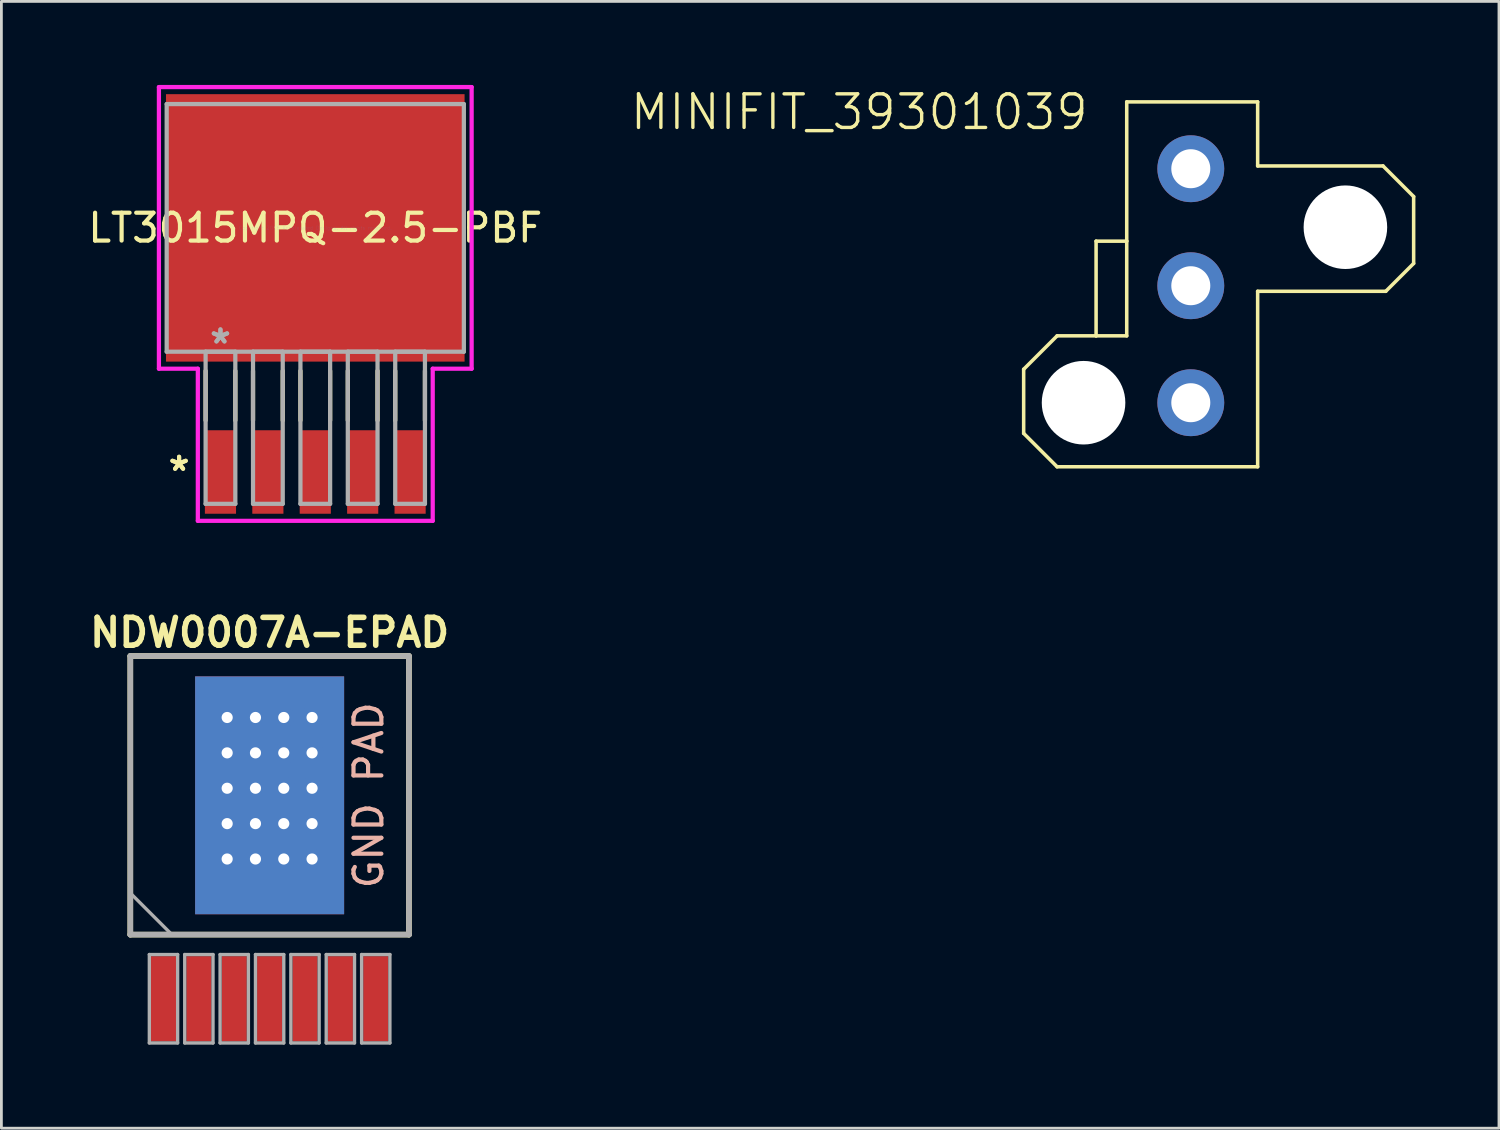
<source format=kicad_pcb>
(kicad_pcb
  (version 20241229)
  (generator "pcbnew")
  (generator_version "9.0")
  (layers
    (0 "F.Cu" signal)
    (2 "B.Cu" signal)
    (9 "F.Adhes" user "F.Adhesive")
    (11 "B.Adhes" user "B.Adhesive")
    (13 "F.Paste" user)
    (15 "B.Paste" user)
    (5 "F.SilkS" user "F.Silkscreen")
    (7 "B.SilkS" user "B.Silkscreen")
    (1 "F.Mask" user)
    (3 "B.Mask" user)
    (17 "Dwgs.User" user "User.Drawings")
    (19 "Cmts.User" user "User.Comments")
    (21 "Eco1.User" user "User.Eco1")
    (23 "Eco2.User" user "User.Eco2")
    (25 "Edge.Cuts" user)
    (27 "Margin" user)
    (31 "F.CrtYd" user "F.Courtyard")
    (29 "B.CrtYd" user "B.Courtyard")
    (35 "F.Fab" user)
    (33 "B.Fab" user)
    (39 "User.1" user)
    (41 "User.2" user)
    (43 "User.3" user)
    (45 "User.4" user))
  (footprint "NDW0007A-EPAD"
    (layer "F.Cu")
    (at 6.629 25.501)
    (property "Reference" "NDW0007A-EPAD" (at 0 -5.842 0) (layer "F.SilkS") (effects (font (size 1 1) (thickness 0.2))))
    (attr through_hole)
    (fp_line (start -5.001 -5.001) (end 5.001 -5.001) (stroke (width 0.201) (type solid)) (layer "F.SilkS"))
    (fp_line (start -5.001 5.001) (end -5.001 -5.001) (stroke (width 0.201) (type solid)) (layer "F.SilkS"))
    (fp_line (start 5.001 -5.001) (end 5.001 5.001) (stroke (width 0.201) (type solid)) (layer "F.SilkS"))
    (fp_line (start 5.001 5.001) (end -5.001 5.001) (stroke (width 0.201) (type solid)) (layer "F.SilkS"))
    (fp_line (start -5.001 -5.001) (end 5.001 -5.001) (stroke (width 0.201) (type solid)) (layer "F.Fab"))
    (fp_line (start -5.001 5.001) (end -5.001 -5.001) (stroke (width 0.201) (type solid)) (layer "F.Fab"))
    (fp_line (start -4.953 3.556) (end -3.556 4.953) (stroke (width 0.12) (type solid)) (layer "F.Fab"))
    (fp_line (start -4.318 5.715) (end -4.318 8.89) (stroke (width 0.12) (type solid)) (layer "F.Fab"))
    (fp_line (start -4.318 8.89) (end -3.302 8.89) (stroke (width 0.12) (type solid)) (layer "F.Fab"))
    (fp_line (start -3.302 5.715) (end -4.318 5.715) (stroke (width 0.12) (type solid)) (layer "F.Fab"))
    (fp_line (start -3.302 8.89) (end -3.302 5.715) (stroke (width 0.12) (type solid)) (layer "F.Fab"))
    (fp_line (start -3.048 5.715) (end -3.048 8.89) (stroke (width 0.12) (type solid)) (layer "F.Fab"))
    (fp_line (start -3.048 8.89) (end -2.032 8.89) (stroke (width 0.12) (type solid)) (layer "F.Fab"))
    (fp_line (start -2.032 5.715) (end -3.048 5.715) (stroke (width 0.12) (type solid)) (layer "F.Fab"))
    (fp_line (start -2.032 8.89) (end -2.032 5.715) (stroke (width 0.12) (type solid)) (layer "F.Fab"))
    (fp_line (start -1.778 5.715) (end -1.778 8.89) (stroke (width 0.12) (type solid)) (layer "F.Fab"))
    (fp_line (start -1.778 8.89) (end -0.762 8.89) (stroke (width 0.12) (type solid)) (layer "F.Fab"))
    (fp_line (start -0.762 5.715) (end -1.778 5.715) (stroke (width 0.12) (type solid)) (layer "F.Fab"))
    (fp_line (start -0.762 8.89) (end -0.762 5.715) (stroke (width 0.12) (type solid)) (layer "F.Fab"))
    (fp_line (start -0.508 5.715) (end -0.508 8.89) (stroke (width 0.12) (type solid)) (layer "F.Fab"))
    (fp_line (start -0.508 8.89) (end 0.508 8.89) (stroke (width 0.12) (type solid)) (layer "F.Fab"))
    (fp_line (start 0.508 5.715) (end -0.508 5.715) (stroke (width 0.12) (type solid)) (layer "F.Fab"))
    (fp_line (start 0.508 8.89) (end 0.508 5.715) (stroke (width 0.12) (type solid)) (layer "F.Fab"))
    (fp_line (start 0.762 5.715) (end 0.762 8.89) (stroke (width 0.12) (type solid)) (layer "F.Fab"))
    (fp_line (start 0.762 8.89) (end 1.778 8.89) (stroke (width 0.12) (type solid)) (layer "F.Fab"))
    (fp_line (start 1.778 5.715) (end 0.762 5.715) (stroke (width 0.12) (type solid)) (layer "F.Fab"))
    (fp_line (start 1.778 8.89) (end 1.778 5.715) (stroke (width 0.12) (type solid)) (layer "F.Fab"))
    (fp_line (start 2.032 5.715) (end 2.032 8.89) (stroke (width 0.12) (type solid)) (layer "F.Fab"))
    (fp_line (start 2.032 8.89) (end 3.048 8.89) (stroke (width 0.12) (type solid)) (layer "F.Fab"))
    (fp_line (start 3.048 5.715) (end 2.032 5.715) (stroke (width 0.12) (type solid)) (layer "F.Fab"))
    (fp_line (start 3.048 8.89) (end 3.048 5.715) (stroke (width 0.12) (type solid)) (layer "F.Fab"))
    (fp_line (start 3.302 5.715) (end 3.302 8.89) (stroke (width 0.12) (type solid)) (layer "F.Fab"))
    (fp_line (start 3.302 8.89) (end 4.318 8.89) (stroke (width 0.12) (type solid)) (layer "F.Fab"))
    (fp_line (start 4.318 5.715) (end 3.302 5.715) (stroke (width 0.12) (type solid)) (layer "F.Fab"))
    (fp_line (start 4.318 8.89) (end 4.318 5.715) (stroke (width 0.12) (type solid)) (layer "F.Fab"))
    (fp_line (start 5.001 -5.001) (end 5.001 5.001) (stroke (width 0.201) (type solid)) (layer "F.Fab"))
    (fp_line (start 5.001 5.001) (end -5.001 5.001) (stroke (width 0.201) (type solid)) (layer "F.Fab"))
    (fp_text user "GND PAD" (at 3.556 0 90) (layer "B.SilkS") (effects (font (size 1 1) (thickness 0.15))))
    (pad "1" smd rect (at -3.81 7.305) (size 0.899 3.061) (layers "F.Cu" "F.Mask" "F.Paste"))
    (pad "2" smd rect (at -2.54 7.305) (size 0.899 3.061) (layers "F.Cu" "F.Mask" "F.Paste"))
    (pad "3" smd rect (at -1.27 7.305) (size 0.899 3.061) (layers "F.Cu" "F.Mask" "F.Paste"))
    (pad "4" smd rect (at 0 7.305) (size 0.899 3.061) (layers "F.Cu" "F.Mask" "F.Paste"))
    (pad "5" smd rect (at 1.27 7.305) (size 0.899 3.061) (layers "F.Cu" "F.Mask" "F.Paste"))
    (pad "6" smd rect (at 2.54 7.305) (size 0.899 3.061) (layers "F.Cu" "F.Mask" "F.Paste"))
    (pad "7" smd rect (at 3.81 7.305) (size 0.899 3.061) (layers "F.Cu" "F.Mask" "F.Paste"))
    (pad "8" thru_hole circle (at -1.524 -2.794) (size 0.8 0.8) (drill 0.4) (layers "*.Cu" "*.Mask"))
    (pad "8" thru_hole circle (at -1.524 -1.524) (size 0.8 0.8) (drill 0.4) (layers "*.Cu" "*.Mask"))
    (pad "8" thru_hole circle (at -1.524 -0.254) (size 0.8 0.8) (drill 0.4) (layers "*.Cu" "*.Mask"))
    (pad "8" thru_hole circle (at -1.524 1.016) (size 0.8 0.8) (drill 0.4) (layers "*.Cu" "*.Mask"))
    (pad "8" thru_hole circle (at -1.524 2.286) (size 0.8 0.8) (drill 0.4) (layers "*.Cu" "*.Mask"))
    (pad "8" thru_hole circle (at -0.508 -2.794) (size 0.8 0.8) (drill 0.4) (layers "*.Cu" "*.Mask"))
    (pad "8" thru_hole circle (at -0.508 -1.524) (size 0.8 0.8) (drill 0.4) (layers "*.Cu" "*.Mask"))
    (pad "8" thru_hole circle (at -0.508 -0.254) (size 0.8 0.8) (drill 0.4) (layers "*.Cu" "*.Mask"))
    (pad "8" thru_hole circle (at -0.508 1.016) (size 0.8 0.8) (drill 0.4) (layers "*.Cu" "*.Mask"))
    (pad "8" thru_hole circle (at -0.508 2.286) (size 0.8 0.8) (drill 0.4) (layers "*.Cu" "*.Mask"))
    (pad "8" smd rect (at 0 0) (size 5.349 8.539) (layers "F.Cu" "F.Mask" "F.Paste"))
    (pad "8" smd rect (at 0 0) (size 5.349 8.539) (layers "B.Cu"))
    (pad "8" thru_hole circle (at 0.508 -2.794) (size 0.8 0.8) (drill 0.4) (layers "*.Cu" "*.Mask"))
    (pad "8" thru_hole circle (at 0.508 -1.524) (size 0.8 0.8) (drill 0.4) (layers "*.Cu" "*.Mask"))
    (pad "8" thru_hole circle (at 0.508 -0.254) (size 0.8 0.8) (drill 0.4) (layers "*.Cu" "*.Mask"))
    (pad "8" thru_hole circle (at 0.508 1.016) (size 0.8 0.8) (drill 0.4) (layers "*.Cu" "*.Mask"))
    (pad "8" thru_hole circle (at 0.508 2.286) (size 0.8 0.8) (drill 0.4) (layers "*.Cu" "*.Mask"))
    (pad "8" thru_hole circle (at 1.524 -2.794) (size 0.8 0.8) (drill 0.4) (layers "*.Cu" "*.Mask"))
    (pad "8" thru_hole circle (at 1.524 -1.524) (size 0.8 0.8) (drill 0.4) (layers "*.Cu" "*.Mask"))
    (pad "8" thru_hole circle (at 1.524 -0.254) (size 0.8 0.8) (drill 0.4) (layers "*.Cu" "*.Mask"))
    (pad "8" thru_hole circle (at 1.524 1.016) (size 0.8 0.8) (drill 0.4) (layers "*.Cu" "*.Mask"))
    (pad "8" thru_hole circle (at 1.524 2.286) (size 0.8 0.8) (drill 0.4) (layers "*.Cu" "*.Mask")))
  (footprint "LT3015MPQ-2.5-PBF"
    (layer "F.Cu")
    (at 8.268 5.131)
    (property "Reference" "LT3015MPQ-2.5-PBF" (at 0 0 0) (layer "F.SilkS") (effects (font (size 1 1) (thickness 0.15))))
    (attr through_hole)
    (fp_line (start -3.937 5.133) (end -3.937 6.909) (stroke (width 0.152) (type solid)) (layer "F.SilkS"))
    (fp_line (start -2.87 5.133) (end -2.87 6.909) (stroke (width 0.152) (type solid)) (layer "F.SilkS"))
    (fp_line (start -2.235 5.133) (end -2.235 6.909) (stroke (width 0.152) (type solid)) (layer "F.SilkS"))
    (fp_line (start -1.168 5.133) (end -1.168 6.909) (stroke (width 0.152) (type solid)) (layer "F.SilkS"))
    (fp_line (start -0.533 5.133) (end -0.533 6.909) (stroke (width 0.152) (type solid)) (layer "F.SilkS"))
    (fp_line (start 0.533 5.133) (end 0.533 6.909) (stroke (width 0.152) (type solid)) (layer "F.SilkS"))
    (fp_line (start 1.168 5.133) (end 1.168 6.909) (stroke (width 0.152) (type solid)) (layer "F.SilkS"))
    (fp_line (start 2.235 5.133) (end 2.235 6.909) (stroke (width 0.152) (type solid)) (layer "F.SilkS"))
    (fp_line (start 2.87 5.133) (end 2.87 6.909) (stroke (width 0.152) (type solid)) (layer "F.SilkS"))
    (fp_line (start 3.937 5.133) (end 3.937 6.909) (stroke (width 0.152) (type solid)) (layer "F.SilkS"))
    (fp_line (start -5.613 -5.055) (end 5.613 -5.055) (stroke (width 0.152) (type solid)) (layer "F.CrtYd"))
    (fp_line (start -5.613 5.055) (end -5.613 -5.055) (stroke (width 0.152) (type solid)) (layer "F.CrtYd"))
    (fp_line (start -4.216 5.055) (end -5.613 5.055) (stroke (width 0.152) (type solid)) (layer "F.CrtYd"))
    (fp_line (start -4.216 10.516) (end -4.216 5.055) (stroke (width 0.152) (type solid)) (layer "F.CrtYd"))
    (fp_line (start 4.216 5.055) (end 4.216 10.516) (stroke (width 0.152) (type solid)) (layer "F.CrtYd"))
    (fp_line (start 4.216 10.516) (end -4.216 10.516) (stroke (width 0.152) (type solid)) (layer "F.CrtYd"))
    (fp_line (start 5.613 -5.055) (end 5.613 5.055) (stroke (width 0.152) (type solid)) (layer "F.CrtYd"))
    (fp_line (start 5.613 5.055) (end 4.216 5.055) (stroke (width 0.152) (type solid)) (layer "F.CrtYd"))
    (fp_line (start -5.334 -4.445) (end -5.334 4.445) (stroke (width 0.152) (type solid)) (layer "F.Fab"))
    (fp_line (start -5.334 4.445) (end 5.334 4.445) (stroke (width 0.152) (type solid)) (layer "F.Fab"))
    (fp_line (start -3.937 4.445) (end -3.937 9.906) (stroke (width 0.152) (type solid)) (layer "F.Fab"))
    (fp_line (start -3.937 9.906) (end -2.87 9.906) (stroke (width 0.152) (type solid)) (layer "F.Fab"))
    (fp_line (start -2.87 4.445) (end -3.937 4.445) (stroke (width 0.152) (type solid)) (layer "F.Fab"))
    (fp_line (start -2.87 9.906) (end -2.87 4.445) (stroke (width 0.152) (type solid)) (layer "F.Fab"))
    (fp_line (start -2.235 4.445) (end -2.235 9.906) (stroke (width 0.152) (type solid)) (layer "F.Fab"))
    (fp_line (start -2.235 9.906) (end -1.168 9.906) (stroke (width 0.152) (type solid)) (layer "F.Fab"))
    (fp_line (start -1.168 4.445) (end -2.235 4.445) (stroke (width 0.152) (type solid)) (layer "F.Fab"))
    (fp_line (start -1.168 9.906) (end -1.168 4.445) (stroke (width 0.152) (type solid)) (layer "F.Fab"))
    (fp_line (start -0.533 4.445) (end -0.533 9.906) (stroke (width 0.152) (type solid)) (layer "F.Fab"))
    (fp_line (start -0.533 9.906) (end 0.533 9.906) (stroke (width 0.152) (type solid)) (layer "F.Fab"))
    (fp_line (start 0.533 4.445) (end -0.533 4.445) (stroke (width 0.152) (type solid)) (layer "F.Fab"))
    (fp_line (start 0.533 9.906) (end 0.533 4.445) (stroke (width 0.152) (type solid)) (layer "F.Fab"))
    (fp_line (start 1.168 4.445) (end 1.168 9.906) (stroke (width 0.152) (type solid)) (layer "F.Fab"))
    (fp_line (start 1.168 9.906) (end 2.235 9.906) (stroke (width 0.152) (type solid)) (layer "F.Fab"))
    (fp_line (start 2.235 4.445) (end 1.168 4.445) (stroke (width 0.152) (type solid)) (layer "F.Fab"))
    (fp_line (start 2.235 9.906) (end 2.235 4.445) (stroke (width 0.152) (type solid)) (layer "F.Fab"))
    (fp_line (start 2.87 4.445) (end 2.87 9.906) (stroke (width 0.152) (type solid)) (layer "F.Fab"))
    (fp_line (start 2.87 9.906) (end 3.937 9.906) (stroke (width 0.152) (type solid)) (layer "F.Fab"))
    (fp_line (start 3.937 4.445) (end 2.87 4.445) (stroke (width 0.152) (type solid)) (layer "F.Fab"))
    (fp_line (start 3.937 9.906) (end 3.937 4.445) (stroke (width 0.152) (type solid)) (layer "F.Fab"))
    (fp_line (start 5.334 -4.445) (end -5.334 -4.445) (stroke (width 0.152) (type solid)) (layer "F.Fab"))
    (fp_line (start 5.334 4.445) (end 5.334 -4.445) (stroke (width 0.152) (type solid)) (layer "F.Fab"))
    (fp_text user "*" (at -4.889 8.763 0) (layer "F.SilkS") (effects (font (size 1 1) (thickness 0.15))))
    (fp_text user "*" (at -4.889 8.763 0) (layer "F.SilkS") (effects (font (size 1 1) (thickness 0.15))))
    (fp_text user "Copyright 2016 Accelerated Designs. All rights reserved." (at 0 0 0) (layer "Cmts.User") (effects (font (size 0.127 0.127) (thickness 0.002))))
    (fp_text user "*" (at -3.404 4.191 0) (layer "F.Fab") (effects (font (size 1 1) (thickness 0.15))))
    (fp_text user "*" (at -3.404 4.191 0) (layer "F.Fab") (effects (font (size 1 1) (thickness 0.15))))
    (pad "1" smd rect (at -3.404 8.763) (size 1.118 2.997) (layers "F.Cu" "F.Mask" "F.Paste"))
    (pad "2" smd rect (at -1.702 8.763) (size 1.118 2.997) (layers "F.Cu" "F.Mask" "F.Paste"))
    (pad "3" smd rect (at 0 8.763) (size 1.118 2.997) (layers "F.Cu" "F.Mask" "F.Paste"))
    (pad "4" smd rect (at 1.702 8.763) (size 1.118 2.997) (layers "F.Cu" "F.Mask" "F.Paste"))
    (pad "5" smd rect (at 3.404 8.763) (size 1.118 2.997) (layers "F.Cu" "F.Mask" "F.Paste"))
    (pad "6" smd rect (at 0 0) (size 10.719 9.601) (layers "F.Cu" "F.Mask" "F.Paste")))
  (footprint "MINIFIT_39301039"
    (layer "F.Cu")
    (at 39.698 7.207)
    (property "Reference" "MINIFIT_39301039" (at -3.61 -6.94 0) (layer "F.SilkS") (effects (font (size 1.206 1.206) (thickness 0.121)) (justify right top)))
    (attr through_hole)
    (fp_line (start -6 3) (end -4.8 1.8) (stroke (width 0.127) (type solid)) (layer "F.SilkS"))
    (fp_line (start -6 5.3) (end -6 3) (stroke (width 0.127) (type solid)) (layer "F.SilkS"))
    (fp_line (start -4.8 1.8) (end -3.4 1.8) (stroke (width 0.127) (type solid)) (layer "F.SilkS"))
    (fp_line (start -4.8 6.5) (end -6 5.3) (stroke (width 0.127) (type solid)) (layer "F.SilkS"))
    (fp_line (start -3.4 -1.6) (end -3.4 1.8) (stroke (width 0.127) (type solid)) (layer "F.SilkS"))
    (fp_line (start -3.4 1.8) (end -2.3 1.8) (stroke (width 0.127) (type solid)) (layer "F.SilkS"))
    (fp_line (start -2.3 -6.6) (end 2.4 -6.6) (stroke (width 0.127) (type solid)) (layer "F.SilkS"))
    (fp_line (start -2.3 -1.6) (end -3.4 -1.6) (stroke (width 0.127) (type solid)) (layer "F.SilkS"))
    (fp_line (start -2.3 -1.6) (end -2.3 -6.6) (stroke (width 0.127) (type solid)) (layer "F.SilkS"))
    (fp_line (start -2.3 1.8) (end -2.3 -1.6) (stroke (width 0.127) (type solid)) (layer "F.SilkS"))
    (fp_line (start 2.4 -6.6) (end 2.4 -4.3) (stroke (width 0.127) (type solid)) (layer "F.SilkS"))
    (fp_line (start 2.4 -4.3) (end 6.9 -4.3) (stroke (width 0.127) (type solid)) (layer "F.SilkS"))
    (fp_line (start 2.4 0.2) (end 2.4 6.5) (stroke (width 0.127) (type solid)) (layer "F.SilkS"))
    (fp_line (start 2.4 6.5) (end -4.8 6.5) (stroke (width 0.127) (type solid)) (layer "F.SilkS"))
    (fp_line (start 6.9 -4.3) (end 8 -3.2) (stroke (width 0.127) (type solid)) (layer "F.SilkS"))
    (fp_line (start 7 0.2) (end 2.4 0.2) (stroke (width 0.127) (type solid)) (layer "F.SilkS"))
    (fp_line (start 8 -3.2) (end 8 -0.8) (stroke (width 0.127) (type solid)) (layer "F.SilkS"))
    (fp_line (start 8 -0.8) (end 7 0.2) (stroke (width 0.127) (type solid)) (layer "F.SilkS"))
    (pad "" np_thru_hole circle (at -3.85 4.2) (size 3 3) (drill 3) (layers "*.Cu"))
    (pad "" np_thru_hole circle (at 5.55 -2.1) (size 3 3) (drill 3) (layers "*.Cu"))
    (pad "1" thru_hole circle (at 0 -4.2) (size 2.4 2.4) (drill 1.4) (layers "*.Cu" "*.Mask"))
    (pad "2" thru_hole circle (at 0 0) (size 2.4 2.4) (drill 1.4) (layers "*.Cu" "*.Mask"))
    (pad "3" thru_hole circle (at 0 4.2) (size 2.4 2.4) (drill 1.4) (layers "*.Cu" "*.Mask")))
  (gr_rect
    (start -3 -3)
    (end 50.761 37.451)
    (stroke (width 0.1) (type default))
    (fill no)
    (layer "Edge.Cuts")))
</source>
